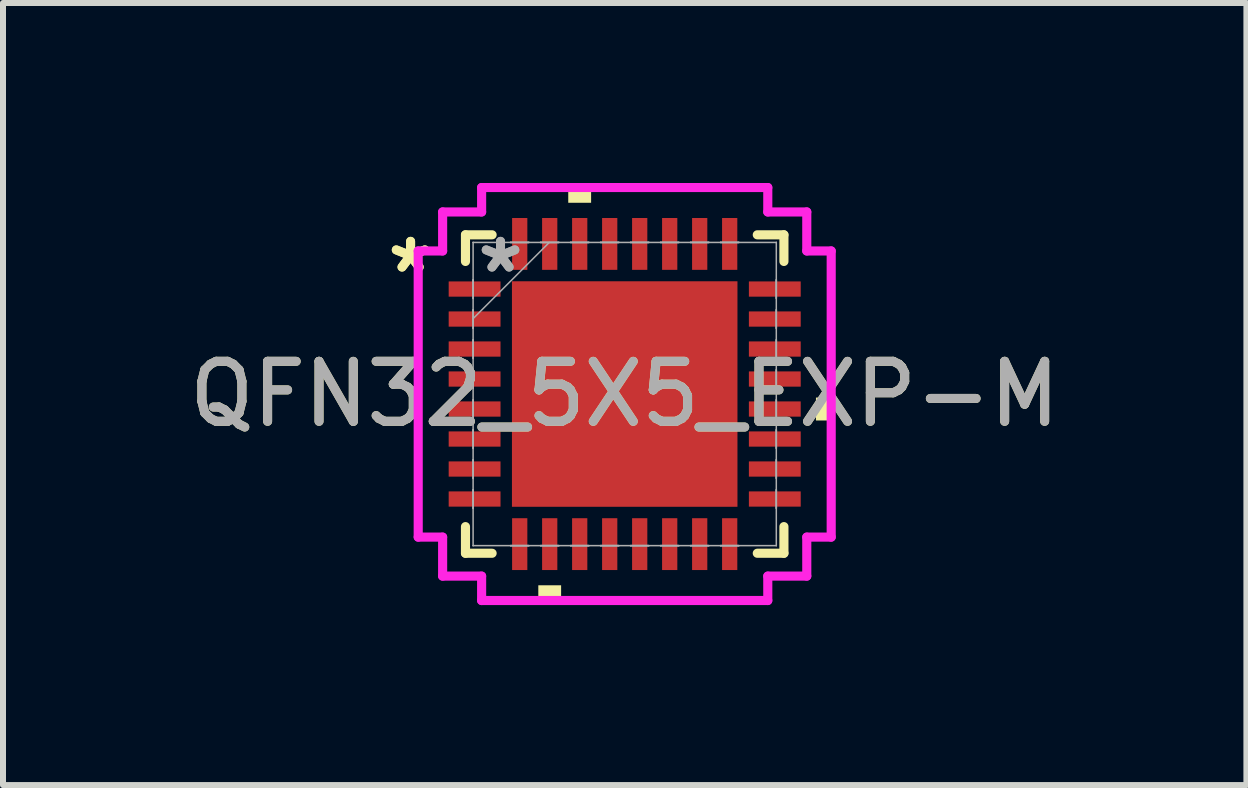
<source format=kicad_pcb>
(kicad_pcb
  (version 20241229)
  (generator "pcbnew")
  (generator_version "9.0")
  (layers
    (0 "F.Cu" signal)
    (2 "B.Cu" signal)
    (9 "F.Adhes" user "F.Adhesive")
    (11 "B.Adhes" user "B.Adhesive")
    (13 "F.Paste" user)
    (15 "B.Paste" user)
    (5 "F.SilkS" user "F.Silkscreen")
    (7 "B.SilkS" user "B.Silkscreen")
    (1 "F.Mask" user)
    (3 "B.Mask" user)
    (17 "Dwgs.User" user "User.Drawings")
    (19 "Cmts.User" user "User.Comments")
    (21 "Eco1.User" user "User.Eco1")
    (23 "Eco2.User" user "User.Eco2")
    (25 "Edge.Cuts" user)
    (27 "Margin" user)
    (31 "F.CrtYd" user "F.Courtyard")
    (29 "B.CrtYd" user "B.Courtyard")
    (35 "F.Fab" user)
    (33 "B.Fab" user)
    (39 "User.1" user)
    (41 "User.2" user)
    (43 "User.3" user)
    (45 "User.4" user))
  (footprint "QFN32_5X5_EXP-M"
    (layer "F.Cu")
    (at 7.363 3.518)
    (property "Reference" "QFN32_5X5_EXP-M" (at 0 0 0) (unlocked yes) (layer "F.SilkS") (effects (font (size 1 1) (thickness 0.15))))
    (attr smd)
    (fp_line (start -2.654 -2.654) (end -2.654 -2.21) (stroke (width 0.152) (type solid)) (layer "F.SilkS"))
    (fp_line (start -2.654 2.21) (end -2.654 2.654) (stroke (width 0.152) (type solid)) (layer "F.SilkS"))
    (fp_line (start -2.654 2.654) (end -2.21 2.654) (stroke (width 0.152) (type solid)) (layer "F.SilkS"))
    (fp_line (start -2.21 -2.654) (end -2.654 -2.654) (stroke (width 0.152) (type solid)) (layer "F.SilkS"))
    (fp_line (start 2.21 2.654) (end 2.654 2.654) (stroke (width 0.152) (type solid)) (layer "F.SilkS"))
    (fp_line (start 2.654 -2.654) (end 2.21 -2.654) (stroke (width 0.152) (type solid)) (layer "F.SilkS"))
    (fp_line (start 2.654 -2.21) (end 2.654 -2.654) (stroke (width 0.152) (type solid)) (layer "F.SilkS"))
    (fp_line (start 2.654 2.654) (end 2.654 2.21) (stroke (width 0.152) (type solid)) (layer "F.SilkS"))
    (fp_poly (pts (xy -1.44 3.188) (xy -1.44 3.442) (xy -1.06 3.442) (xy -1.06 3.188)) (stroke (width 0) (type solid)) (fill yes) (layer "F.SilkS"))
    (fp_poly (pts (xy -0.941 -3.188) (xy -0.941 -3.442) (xy -0.56 -3.442) (xy -0.56 -3.188)) (stroke (width 0) (type solid)) (fill yes) (layer "F.SilkS"))
    (fp_poly (pts (xy 3.442 0.059) (xy 3.442 0.441) (xy 3.188 0.441) (xy 3.188 0.059)) (stroke (width 0) (type solid)) (fill yes) (layer "F.SilkS"))
    (fp_poly (pts (xy -1.78 -1.78) (xy -1.78 -0.1) (xy -0.1 -0.1) (xy -0.1 -1.78)) (stroke (width 0) (type solid)) (fill yes) (layer "F.Paste"))
    (fp_poly (pts (xy -1.78 0.1) (xy -1.78 1.78) (xy -0.1 1.78) (xy -0.1 0.1)) (stroke (width 0) (type solid)) (fill yes) (layer "F.Paste"))
    (fp_poly (pts (xy 0.1 -1.78) (xy 0.1 -0.1) (xy 1.78 -0.1) (xy 1.78 -1.78)) (stroke (width 0) (type solid)) (fill yes) (layer "F.Paste"))
    (fp_poly (pts (xy 0.1 0.1) (xy 0.1 1.78) (xy 1.78 1.78) (xy 1.78 0.1)) (stroke (width 0) (type solid)) (fill yes) (layer "F.Paste"))
    (fp_line (start -3.442 -2.385) (end -3.035 -2.385) (stroke (width 0.152) (type solid)) (layer "F.CrtYd"))
    (fp_line (start -3.442 2.385) (end -3.442 -2.385) (stroke (width 0.152) (type solid)) (layer "F.CrtYd"))
    (fp_line (start -3.035 -3.035) (end -2.385 -3.035) (stroke (width 0.152) (type solid)) (layer "F.CrtYd"))
    (fp_line (start -3.035 -2.385) (end -3.035 -3.035) (stroke (width 0.152) (type solid)) (layer "F.CrtYd"))
    (fp_line (start -3.035 2.385) (end -3.442 2.385) (stroke (width 0.152) (type solid)) (layer "F.CrtYd"))
    (fp_line (start -3.035 3.035) (end -3.035 2.385) (stroke (width 0.152) (type solid)) (layer "F.CrtYd"))
    (fp_line (start -2.385 -3.442) (end 2.385 -3.442) (stroke (width 0.152) (type solid)) (layer "F.CrtYd"))
    (fp_line (start -2.385 -3.035) (end -2.385 -3.442) (stroke (width 0.152) (type solid)) (layer "F.CrtYd"))
    (fp_line (start -2.385 3.035) (end -3.035 3.035) (stroke (width 0.152) (type solid)) (layer "F.CrtYd"))
    (fp_line (start -2.385 3.442) (end -2.385 3.035) (stroke (width 0.152) (type solid)) (layer "F.CrtYd"))
    (fp_line (start 2.385 -3.442) (end 2.385 -3.035) (stroke (width 0.152) (type solid)) (layer "F.CrtYd"))
    (fp_line (start 2.385 -3.035) (end 3.035 -3.035) (stroke (width 0.152) (type solid)) (layer "F.CrtYd"))
    (fp_line (start 2.385 3.035) (end 2.385 3.442) (stroke (width 0.152) (type solid)) (layer "F.CrtYd"))
    (fp_line (start 2.385 3.442) (end -2.385 3.442) (stroke (width 0.152) (type solid)) (layer "F.CrtYd"))
    (fp_line (start 3.035 -3.035) (end 3.035 -2.385) (stroke (width 0.152) (type solid)) (layer "F.CrtYd"))
    (fp_line (start 3.035 -2.385) (end 3.442 -2.385) (stroke (width 0.152) (type solid)) (layer "F.CrtYd"))
    (fp_line (start 3.035 2.385) (end 3.035 3.035) (stroke (width 0.152) (type solid)) (layer "F.CrtYd"))
    (fp_line (start 3.035 3.035) (end 2.385 3.035) (stroke (width 0.152) (type solid)) (layer "F.CrtYd"))
    (fp_line (start 3.442 -2.385) (end 3.442 2.385) (stroke (width 0.152) (type solid)) (layer "F.CrtYd"))
    (fp_line (start 3.442 2.385) (end 3.035 2.385) (stroke (width 0.152) (type solid)) (layer "F.CrtYd"))
    (fp_line (start -2.527 -2.527) (end -2.527 -2.527) (stroke (width 0.025) (type solid)) (layer "F.Fab"))
    (fp_line (start -2.527 -2.527) (end -2.527 2.527) (stroke (width 0.025) (type solid)) (layer "F.Fab"))
    (fp_line (start -2.527 -1.902) (end -2.527 -1.902) (stroke (width 0.025) (type solid)) (layer "F.Fab"))
    (fp_line (start -2.527 -1.902) (end -2.527 -1.598) (stroke (width 0.025) (type solid)) (layer "F.Fab"))
    (fp_line (start -2.527 -1.598) (end -2.527 -1.902) (stroke (width 0.025) (type solid)) (layer "F.Fab"))
    (fp_line (start -2.527 -1.598) (end -2.527 -1.598) (stroke (width 0.025) (type solid)) (layer "F.Fab"))
    (fp_line (start -2.527 -1.402) (end -2.527 -1.402) (stroke (width 0.025) (type solid)) (layer "F.Fab"))
    (fp_line (start -2.527 -1.402) (end -2.527 -1.098) (stroke (width 0.025) (type solid)) (layer "F.Fab"))
    (fp_line (start -2.527 -1.257) (end -1.257 -2.527) (stroke (width 0.025) (type solid)) (layer "F.Fab"))
    (fp_line (start -2.527 -1.098) (end -2.527 -1.402) (stroke (width 0.025) (type solid)) (layer "F.Fab"))
    (fp_line (start -2.527 -1.098) (end -2.527 -1.098) (stroke (width 0.025) (type solid)) (layer "F.Fab"))
    (fp_line (start -2.527 -0.902) (end -2.527 -0.902) (stroke (width 0.025) (type solid)) (layer "F.Fab"))
    (fp_line (start -2.527 -0.902) (end -2.527 -0.598) (stroke (width 0.025) (type solid)) (layer "F.Fab"))
    (fp_line (start -2.527 -0.598) (end -2.527 -0.902) (stroke (width 0.025) (type solid)) (layer "F.Fab"))
    (fp_line (start -2.527 -0.598) (end -2.527 -0.598) (stroke (width 0.025) (type solid)) (layer "F.Fab"))
    (fp_line (start -2.527 -0.402) (end -2.527 -0.402) (stroke (width 0.025) (type solid)) (layer "F.Fab"))
    (fp_line (start -2.527 -0.402) (end -2.527 -0.098) (stroke (width 0.025) (type solid)) (layer "F.Fab"))
    (fp_line (start -2.527 -0.098) (end -2.527 -0.402) (stroke (width 0.025) (type solid)) (layer "F.Fab"))
    (fp_line (start -2.527 -0.098) (end -2.527 -0.098) (stroke (width 0.025) (type solid)) (layer "F.Fab"))
    (fp_line (start -2.527 0.098) (end -2.527 0.098) (stroke (width 0.025) (type solid)) (layer "F.Fab"))
    (fp_line (start -2.527 0.098) (end -2.527 0.402) (stroke (width 0.025) (type solid)) (layer "F.Fab"))
    (fp_line (start -2.527 0.402) (end -2.527 0.098) (stroke (width 0.025) (type solid)) (layer "F.Fab"))
    (fp_line (start -2.527 0.402) (end -2.527 0.402) (stroke (width 0.025) (type solid)) (layer "F.Fab"))
    (fp_line (start -2.527 0.598) (end -2.527 0.598) (stroke (width 0.025) (type solid)) (layer "F.Fab"))
    (fp_line (start -2.527 0.598) (end -2.527 0.902) (stroke (width 0.025) (type solid)) (layer "F.Fab"))
    (fp_line (start -2.527 0.902) (end -2.527 0.598) (stroke (width 0.025) (type solid)) (layer "F.Fab"))
    (fp_line (start -2.527 0.902) (end -2.527 0.902) (stroke (width 0.025) (type solid)) (layer "F.Fab"))
    (fp_line (start -2.527 1.098) (end -2.527 1.098) (stroke (width 0.025) (type solid)) (layer "F.Fab"))
    (fp_line (start -2.527 1.098) (end -2.527 1.402) (stroke (width 0.025) (type solid)) (layer "F.Fab"))
    (fp_line (start -2.527 1.402) (end -2.527 1.098) (stroke (width 0.025) (type solid)) (layer "F.Fab"))
    (fp_line (start -2.527 1.402) (end -2.527 1.402) (stroke (width 0.025) (type solid)) (layer "F.Fab"))
    (fp_line (start -2.527 1.598) (end -2.527 1.598) (stroke (width 0.025) (type solid)) (layer "F.Fab"))
    (fp_line (start -2.527 1.598) (end -2.527 1.902) (stroke (width 0.025) (type solid)) (layer "F.Fab"))
    (fp_line (start -2.527 1.902) (end -2.527 1.598) (stroke (width 0.025) (type solid)) (layer "F.Fab"))
    (fp_line (start -2.527 1.902) (end -2.527 1.902) (stroke (width 0.025) (type solid)) (layer "F.Fab"))
    (fp_line (start -2.527 2.527) (end -2.527 2.527) (stroke (width 0.025) (type solid)) (layer "F.Fab"))
    (fp_line (start -2.527 2.527) (end 2.527 2.527) (stroke (width 0.025) (type solid)) (layer "F.Fab"))
    (fp_line (start -1.902 -2.527) (end -1.902 -2.527) (stroke (width 0.025) (type solid)) (layer "F.Fab"))
    (fp_line (start -1.902 -2.527) (end -1.598 -2.527) (stroke (width 0.025) (type solid)) (layer "F.Fab"))
    (fp_line (start -1.902 2.527) (end -1.902 2.527) (stroke (width 0.025) (type solid)) (layer "F.Fab"))
    (fp_line (start -1.902 2.527) (end -1.598 2.527) (stroke (width 0.025) (type solid)) (layer "F.Fab"))
    (fp_line (start -1.598 -2.527) (end -1.902 -2.527) (stroke (width 0.025) (type solid)) (layer "F.Fab"))
    (fp_line (start -1.598 -2.527) (end -1.598 -2.527) (stroke (width 0.025) (type solid)) (layer "F.Fab"))
    (fp_line (start -1.598 2.527) (end -1.902 2.527) (stroke (width 0.025) (type solid)) (layer "F.Fab"))
    (fp_line (start -1.598 2.527) (end -1.598 2.527) (stroke (width 0.025) (type solid)) (layer "F.Fab"))
    (fp_line (start -1.402 -2.527) (end -1.402 -2.527) (stroke (width 0.025) (type solid)) (layer "F.Fab"))
    (fp_line (start -1.402 -2.527) (end -1.098 -2.527) (stroke (width 0.025) (type solid)) (layer "F.Fab"))
    (fp_line (start -1.402 2.527) (end -1.402 2.527) (stroke (width 0.025) (type solid)) (layer "F.Fab"))
    (fp_line (start -1.402 2.527) (end -1.098 2.527) (stroke (width 0.025) (type solid)) (layer "F.Fab"))
    (fp_line (start -1.098 -2.527) (end -1.402 -2.527) (stroke (width 0.025) (type solid)) (layer "F.Fab"))
    (fp_line (start -1.098 -2.527) (end -1.098 -2.527) (stroke (width 0.025) (type solid)) (layer "F.Fab"))
    (fp_line (start -1.098 2.527) (end -1.402 2.527) (stroke (width 0.025) (type solid)) (layer "F.Fab"))
    (fp_line (start -1.098 2.527) (end -1.098 2.527) (stroke (width 0.025) (type solid)) (layer "F.Fab"))
    (fp_line (start -0.902 -2.527) (end -0.902 -2.527) (stroke (width 0.025) (type solid)) (layer "F.Fab"))
    (fp_line (start -0.902 -2.527) (end -0.598 -2.527) (stroke (width 0.025) (type solid)) (layer "F.Fab"))
    (fp_line (start -0.902 2.527) (end -0.902 2.527) (stroke (width 0.025) (type solid)) (layer "F.Fab"))
    (fp_line (start -0.902 2.527) (end -0.598 2.527) (stroke (width 0.025) (type solid)) (layer "F.Fab"))
    (fp_line (start -0.598 -2.527) (end -0.902 -2.527) (stroke (width 0.025) (type solid)) (layer "F.Fab"))
    (fp_line (start -0.598 -2.527) (end -0.598 -2.527) (stroke (width 0.025) (type solid)) (layer "F.Fab"))
    (fp_line (start -0.598 2.527) (end -0.902 2.527) (stroke (width 0.025) (type solid)) (layer "F.Fab"))
    (fp_line (start -0.598 2.527) (end -0.598 2.527) (stroke (width 0.025) (type solid)) (layer "F.Fab"))
    (fp_line (start -0.402 -2.527) (end -0.402 -2.527) (stroke (width 0.025) (type solid)) (layer "F.Fab"))
    (fp_line (start -0.402 -2.527) (end -0.098 -2.527) (stroke (width 0.025) (type solid)) (layer "F.Fab"))
    (fp_line (start -0.402 2.527) (end -0.402 2.527) (stroke (width 0.025) (type solid)) (layer "F.Fab"))
    (fp_line (start -0.402 2.527) (end -0.098 2.527) (stroke (width 0.025) (type solid)) (layer "F.Fab"))
    (fp_line (start -0.098 -2.527) (end -0.402 -2.527) (stroke (width 0.025) (type solid)) (layer "F.Fab"))
    (fp_line (start -0.098 -2.527) (end -0.098 -2.527) (stroke (width 0.025) (type solid)) (layer "F.Fab"))
    (fp_line (start -0.098 2.527) (end -0.402 2.527) (stroke (width 0.025) (type solid)) (layer "F.Fab"))
    (fp_line (start -0.098 2.527) (end -0.098 2.527) (stroke (width 0.025) (type solid)) (layer "F.Fab"))
    (fp_line (start 0.098 -2.527) (end 0.098 -2.527) (stroke (width 0.025) (type solid)) (layer "F.Fab"))
    (fp_line (start 0.098 -2.527) (end 0.402 -2.527) (stroke (width 0.025) (type solid)) (layer "F.Fab"))
    (fp_line (start 0.098 2.527) (end 0.098 2.527) (stroke (width 0.025) (type solid)) (layer "F.Fab"))
    (fp_line (start 0.098 2.527) (end 0.402 2.527) (stroke (width 0.025) (type solid)) (layer "F.Fab"))
    (fp_line (start 0.402 -2.527) (end 0.098 -2.527) (stroke (width 0.025) (type solid)) (layer "F.Fab"))
    (fp_line (start 0.402 -2.527) (end 0.402 -2.527) (stroke (width 0.025) (type solid)) (layer "F.Fab"))
    (fp_line (start 0.402 2.527) (end 0.098 2.527) (stroke (width 0.025) (type solid)) (layer "F.Fab"))
    (fp_line (start 0.402 2.527) (end 0.402 2.527) (stroke (width 0.025) (type solid)) (layer "F.Fab"))
    (fp_line (start 0.598 -2.527) (end 0.598 -2.527) (stroke (width 0.025) (type solid)) (layer "F.Fab"))
    (fp_line (start 0.598 -2.527) (end 0.902 -2.527) (stroke (width 0.025) (type solid)) (layer "F.Fab"))
    (fp_line (start 0.598 2.527) (end 0.598 2.527) (stroke (width 0.025) (type solid)) (layer "F.Fab"))
    (fp_line (start 0.598 2.527) (end 0.902 2.527) (stroke (width 0.025) (type solid)) (layer "F.Fab"))
    (fp_line (start 0.902 -2.527) (end 0.598 -2.527) (stroke (width 0.025) (type solid)) (layer "F.Fab"))
    (fp_line (start 0.902 -2.527) (end 0.902 -2.527) (stroke (width 0.025) (type solid)) (layer "F.Fab"))
    (fp_line (start 0.902 2.527) (end 0.598 2.527) (stroke (width 0.025) (type solid)) (layer "F.Fab"))
    (fp_line (start 0.902 2.527) (end 0.902 2.527) (stroke (width 0.025) (type solid)) (layer "F.Fab"))
    (fp_line (start 1.098 -2.527) (end 1.098 -2.527) (stroke (width 0.025) (type solid)) (layer "F.Fab"))
    (fp_line (start 1.098 -2.527) (end 1.402 -2.527) (stroke (width 0.025) (type solid)) (layer "F.Fab"))
    (fp_line (start 1.098 2.527) (end 1.098 2.527) (stroke (width 0.025) (type solid)) (layer "F.Fab"))
    (fp_line (start 1.098 2.527) (end 1.402 2.527) (stroke (width 0.025) (type solid)) (layer "F.Fab"))
    (fp_line (start 1.402 -2.527) (end 1.098 -2.527) (stroke (width 0.025) (type solid)) (layer "F.Fab"))
    (fp_line (start 1.402 -2.527) (end 1.402 -2.527) (stroke (width 0.025) (type solid)) (layer "F.Fab"))
    (fp_line (start 1.402 2.527) (end 1.098 2.527) (stroke (width 0.025) (type solid)) (layer "F.Fab"))
    (fp_line (start 1.402 2.527) (end 1.402 2.527) (stroke (width 0.025) (type solid)) (layer "F.Fab"))
    (fp_line (start 1.598 -2.527) (end 1.598 -2.527) (stroke (width 0.025) (type solid)) (layer "F.Fab"))
    (fp_line (start 1.598 -2.527) (end 1.902 -2.527) (stroke (width 0.025) (type solid)) (layer "F.Fab"))
    (fp_line (start 1.598 2.527) (end 1.598 2.527) (stroke (width 0.025) (type solid)) (layer "F.Fab"))
    (fp_line (start 1.598 2.527) (end 1.902 2.527) (stroke (width 0.025) (type solid)) (layer "F.Fab"))
    (fp_line (start 1.902 -2.527) (end 1.598 -2.527) (stroke (width 0.025) (type solid)) (layer "F.Fab"))
    (fp_line (start 1.902 -2.527) (end 1.902 -2.527) (stroke (width 0.025) (type solid)) (layer "F.Fab"))
    (fp_line (start 1.902 2.527) (end 1.598 2.527) (stroke (width 0.025) (type solid)) (layer "F.Fab"))
    (fp_line (start 1.902 2.527) (end 1.902 2.527) (stroke (width 0.025) (type solid)) (layer "F.Fab"))
    (fp_line (start 2.527 -2.527) (end -2.527 -2.527) (stroke (width 0.025) (type solid)) (layer "F.Fab"))
    (fp_line (start 2.527 -2.527) (end 2.527 -2.527) (stroke (width 0.025) (type solid)) (layer "F.Fab"))
    (fp_line (start 2.527 -1.902) (end 2.527 -1.902) (stroke (width 0.025) (type solid)) (layer "F.Fab"))
    (fp_line (start 2.527 -1.902) (end 2.527 -1.598) (stroke (width 0.025) (type solid)) (layer "F.Fab"))
    (fp_line (start 2.527 -1.598) (end 2.527 -1.902) (stroke (width 0.025) (type solid)) (layer "F.Fab"))
    (fp_line (start 2.527 -1.598) (end 2.527 -1.598) (stroke (width 0.025) (type solid)) (layer "F.Fab"))
    (fp_line (start 2.527 -1.402) (end 2.527 -1.402) (stroke (width 0.025) (type solid)) (layer "F.Fab"))
    (fp_line (start 2.527 -1.402) (end 2.527 -1.098) (stroke (width 0.025) (type solid)) (layer "F.Fab"))
    (fp_line (start 2.527 -1.098) (end 2.527 -1.402) (stroke (width 0.025) (type solid)) (layer "F.Fab"))
    (fp_line (start 2.527 -1.098) (end 2.527 -1.098) (stroke (width 0.025) (type solid)) (layer "F.Fab"))
    (fp_line (start 2.527 -0.902) (end 2.527 -0.902) (stroke (width 0.025) (type solid)) (layer "F.Fab"))
    (fp_line (start 2.527 -0.902) (end 2.527 -0.598) (stroke (width 0.025) (type solid)) (layer "F.Fab"))
    (fp_line (start 2.527 -0.598) (end 2.527 -0.902) (stroke (width 0.025) (type solid)) (layer "F.Fab"))
    (fp_line (start 2.527 -0.598) (end 2.527 -0.598) (stroke (width 0.025) (type solid)) (layer "F.Fab"))
    (fp_line (start 2.527 -0.402) (end 2.527 -0.402) (stroke (width 0.025) (type solid)) (layer "F.Fab"))
    (fp_line (start 2.527 -0.402) (end 2.527 -0.098) (stroke (width 0.025) (type solid)) (layer "F.Fab"))
    (fp_line (start 2.527 -0.098) (end 2.527 -0.402) (stroke (width 0.025) (type solid)) (layer "F.Fab"))
    (fp_line (start 2.527 -0.098) (end 2.527 -0.098) (stroke (width 0.025) (type solid)) (layer "F.Fab"))
    (fp_line (start 2.527 0.098) (end 2.527 0.098) (stroke (width 0.025) (type solid)) (layer "F.Fab"))
    (fp_line (start 2.527 0.098) (end 2.527 0.402) (stroke (width 0.025) (type solid)) (layer "F.Fab"))
    (fp_line (start 2.527 0.402) (end 2.527 0.098) (stroke (width 0.025) (type solid)) (layer "F.Fab"))
    (fp_line (start 2.527 0.402) (end 2.527 0.402) (stroke (width 0.025) (type solid)) (layer "F.Fab"))
    (fp_line (start 2.527 0.598) (end 2.527 0.598) (stroke (width 0.025) (type solid)) (layer "F.Fab"))
    (fp_line (start 2.527 0.598) (end 2.527 0.902) (stroke (width 0.025) (type solid)) (layer "F.Fab"))
    (fp_line (start 2.527 0.902) (end 2.527 0.598) (stroke (width 0.025) (type solid)) (layer "F.Fab"))
    (fp_line (start 2.527 0.902) (end 2.527 0.902) (stroke (width 0.025) (type solid)) (layer "F.Fab"))
    (fp_line (start 2.527 1.098) (end 2.527 1.098) (stroke (width 0.025) (type solid)) (layer "F.Fab"))
    (fp_line (start 2.527 1.098) (end 2.527 1.402) (stroke (width 0.025) (type solid)) (layer "F.Fab"))
    (fp_line (start 2.527 1.402) (end 2.527 1.098) (stroke (width 0.025) (type solid)) (layer "F.Fab"))
    (fp_line (start 2.527 1.402) (end 2.527 1.402) (stroke (width 0.025) (type solid)) (layer "F.Fab"))
    (fp_line (start 2.527 1.598) (end 2.527 1.598) (stroke (width 0.025) (type solid)) (layer "F.Fab"))
    (fp_line (start 2.527 1.598) (end 2.527 1.902) (stroke (width 0.025) (type solid)) (layer "F.Fab"))
    (fp_line (start 2.527 1.902) (end 2.527 1.598) (stroke (width 0.025) (type solid)) (layer "F.Fab"))
    (fp_line (start 2.527 1.902) (end 2.527 1.902) (stroke (width 0.025) (type solid)) (layer "F.Fab"))
    (fp_line (start 2.527 2.527) (end 2.527 -2.527) (stroke (width 0.025) (type solid)) (layer "F.Fab"))
    (fp_line (start 2.527 2.527) (end 2.527 2.527) (stroke (width 0.025) (type solid)) (layer "F.Fab"))
    (fp_text user "*" (at -3.569 -2 0) (unlocked yes) (layer "F.SilkS") (effects (font (size 1 1) (thickness 0.15))))
    (fp_text user "*" (at -3.569 -2 0) (layer "F.SilkS") (effects (font (size 1 1) (thickness 0.15))))
    (fp_text user "*" (at -2.07 -2 0) (layer "F.Fab") (effects (font (size 1 1) (thickness 0.15))))
    (fp_text user "${REFERENCE}" (at 0 0 0) (unlocked yes) (layer "F.Fab") (effects (font (size 1 1) (thickness 0.15))))
    (fp_text user "*" (at -2.07 -2 0) (unlocked yes) (layer "F.Fab") (effects (font (size 1 1) (thickness 0.15))))
    (pad "1" smd rect (at -2.502 -1.75 90) (size 0.254 0.864) (layers "F.Cu" "F.Mask" "F.Paste"))
    (pad "2" smd rect (at -2.502 -1.25 90) (size 0.254 0.864) (layers "F.Cu" "F.Mask" "F.Paste"))
    (pad "3" smd rect (at -2.502 -0.75 90) (size 0.254 0.864) (layers "F.Cu" "F.Mask" "F.Paste"))
    (pad "4" smd rect (at -2.502 -0.25 90) (size 0.254 0.864) (layers "F.Cu" "F.Mask" "F.Paste"))
    (pad "5" smd rect (at -2.502 0.25 90) (size 0.254 0.864) (layers "F.Cu" "F.Mask" "F.Paste"))
    (pad "6" smd rect (at -2.502 0.75 90) (size 0.254 0.864) (layers "F.Cu" "F.Mask" "F.Paste"))
    (pad "7" smd rect (at -2.502 1.25 90) (size 0.254 0.864) (layers "F.Cu" "F.Mask" "F.Paste"))
    (pad "8" smd rect (at -2.502 1.75 90) (size 0.254 0.864) (layers "F.Cu" "F.Mask" "F.Paste"))
    (pad "9" smd rect (at -1.75 2.502) (size 0.254 0.864) (layers "F.Cu" "F.Mask" "F.Paste"))
    (pad "10" smd rect (at -1.25 2.502) (size 0.254 0.864) (layers "F.Cu" "F.Mask" "F.Paste"))
    (pad "11" smd rect (at -0.75 2.502) (size 0.254 0.864) (layers "F.Cu" "F.Mask" "F.Paste"))
    (pad "12" smd rect (at -0.25 2.502) (size 0.254 0.864) (layers "F.Cu" "F.Mask" "F.Paste"))
    (pad "13" smd rect (at 0.25 2.502) (size 0.254 0.864) (layers "F.Cu" "F.Mask" "F.Paste"))
    (pad "14" smd rect (at 0.75 2.502) (size 0.254 0.864) (layers "F.Cu" "F.Mask" "F.Paste"))
    (pad "15" smd rect (at 1.25 2.502) (size 0.254 0.864) (layers "F.Cu" "F.Mask" "F.Paste"))
    (pad "16" smd rect (at 1.75 2.502) (size 0.254 0.864) (layers "F.Cu" "F.Mask" "F.Paste"))
    (pad "17" smd rect (at 2.502 1.75 90) (size 0.254 0.864) (layers "F.Cu" "F.Mask" "F.Paste"))
    (pad "18" smd rect (at 2.502 1.25 90) (size 0.254 0.864) (layers "F.Cu" "F.Mask" "F.Paste"))
    (pad "19" smd rect (at 2.502 0.75 90) (size 0.254 0.864) (layers "F.Cu" "F.Mask" "F.Paste"))
    (pad "20" smd rect (at 2.502 0.25 90) (size 0.254 0.864) (layers "F.Cu" "F.Mask" "F.Paste"))
    (pad "21" smd rect (at 2.502 -0.25 90) (size 0.254 0.864) (layers "F.Cu" "F.Mask" "F.Paste"))
    (pad "22" smd rect (at 2.502 -0.75 90) (size 0.254 0.864) (layers "F.Cu" "F.Mask" "F.Paste"))
    (pad "23" smd rect (at 2.502 -1.25 90) (size 0.254 0.864) (layers "F.Cu" "F.Mask" "F.Paste"))
    (pad "24" smd rect (at 2.502 -1.75 90) (size 0.254 0.864) (layers "F.Cu" "F.Mask" "F.Paste"))
    (pad "25" smd rect (at 1.75 -2.502) (size 0.254 0.864) (layers "F.Cu" "F.Mask" "F.Paste"))
    (pad "26" smd rect (at 1.25 -2.502) (size 0.254 0.864) (layers "F.Cu" "F.Mask" "F.Paste"))
    (pad "27" smd rect (at 0.75 -2.502) (size 0.254 0.864) (layers "F.Cu" "F.Mask" "F.Paste"))
    (pad "28" smd rect (at 0.25 -2.502) (size 0.254 0.864) (layers "F.Cu" "F.Mask" "F.Paste"))
    (pad "29" smd rect (at -0.25 -2.502) (size 0.254 0.864) (layers "F.Cu" "F.Mask" "F.Paste"))
    (pad "30" smd rect (at -0.75 -2.502) (size 0.254 0.864) (layers "F.Cu" "F.Mask" "F.Paste"))
    (pad "31" smd rect (at -1.25 -2.502) (size 0.254 0.864) (layers "F.Cu" "F.Mask" "F.Paste"))
    (pad "32" smd rect (at -1.75 -2.502) (size 0.254 0.864) (layers "F.Cu" "F.Mask" "F.Paste"))
    (pad "33" smd rect (at 0 0) (size 3.759 3.759) (layers "F.Cu" "F.Mask" "F.Paste")))
  (gr_rect
    (start -3 -3)
    (end 17.726 10.036)
    (stroke (width 0.1) (type default))
    (fill no)
    (layer "Edge.Cuts")))
</source>
